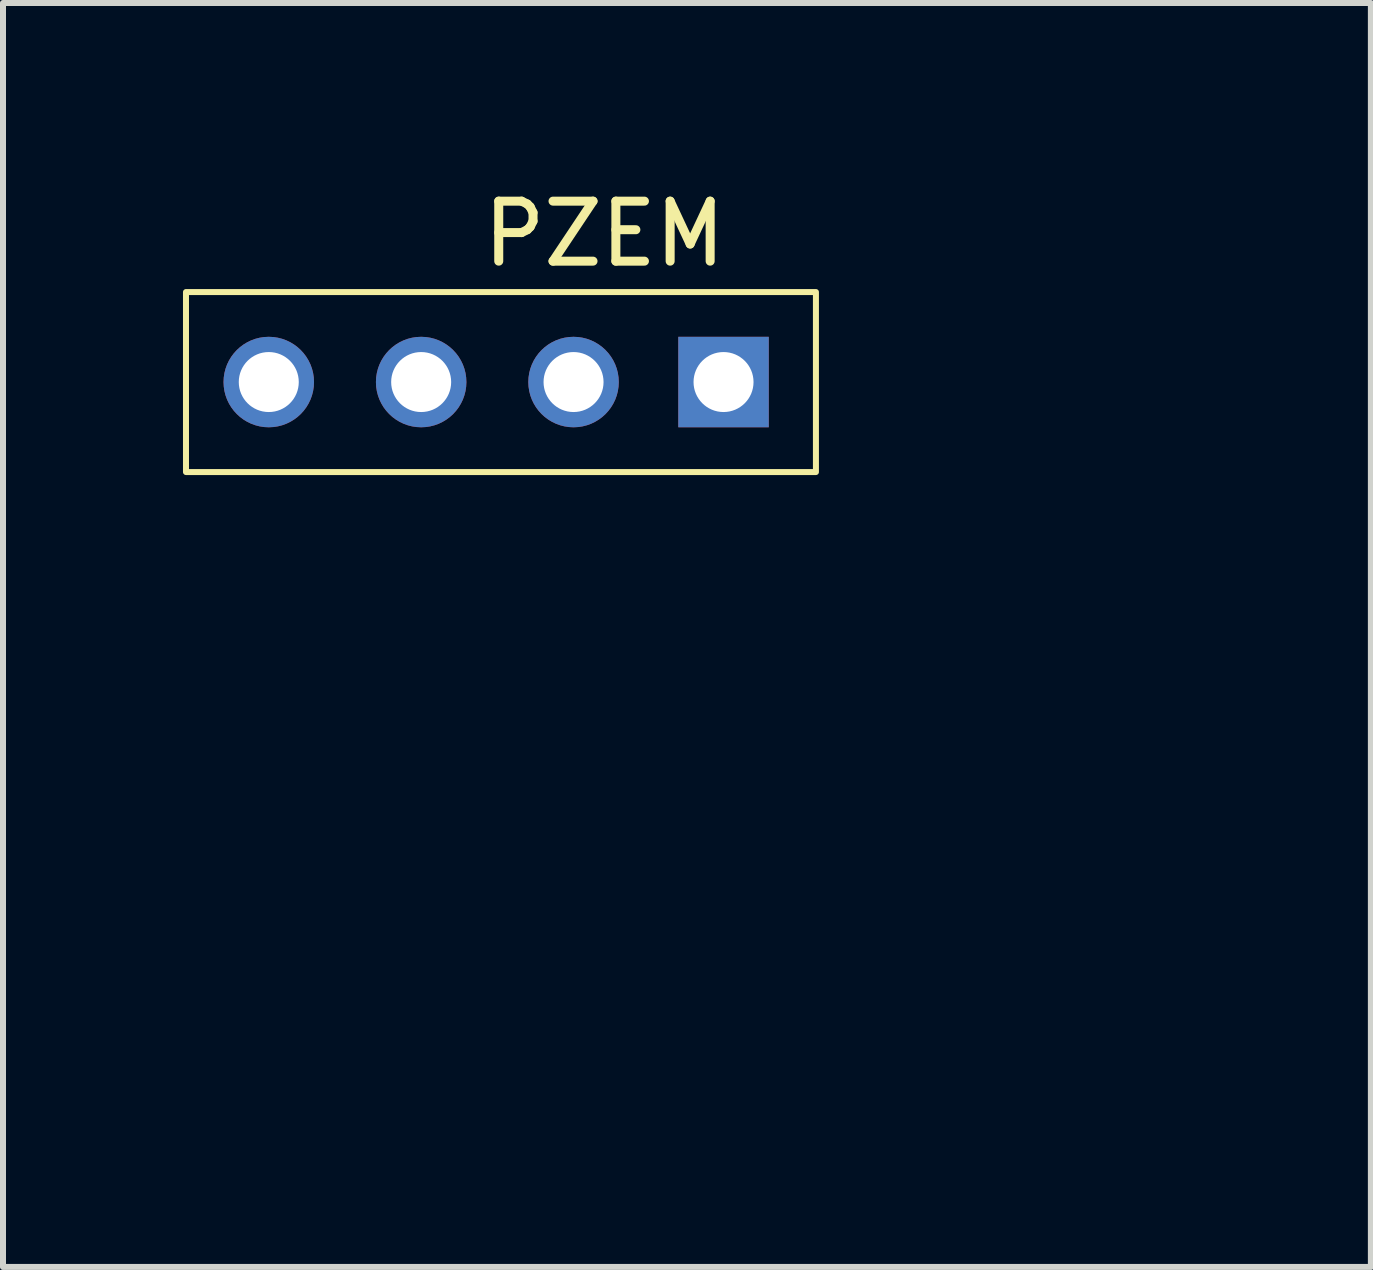
<source format=kicad_pcb>
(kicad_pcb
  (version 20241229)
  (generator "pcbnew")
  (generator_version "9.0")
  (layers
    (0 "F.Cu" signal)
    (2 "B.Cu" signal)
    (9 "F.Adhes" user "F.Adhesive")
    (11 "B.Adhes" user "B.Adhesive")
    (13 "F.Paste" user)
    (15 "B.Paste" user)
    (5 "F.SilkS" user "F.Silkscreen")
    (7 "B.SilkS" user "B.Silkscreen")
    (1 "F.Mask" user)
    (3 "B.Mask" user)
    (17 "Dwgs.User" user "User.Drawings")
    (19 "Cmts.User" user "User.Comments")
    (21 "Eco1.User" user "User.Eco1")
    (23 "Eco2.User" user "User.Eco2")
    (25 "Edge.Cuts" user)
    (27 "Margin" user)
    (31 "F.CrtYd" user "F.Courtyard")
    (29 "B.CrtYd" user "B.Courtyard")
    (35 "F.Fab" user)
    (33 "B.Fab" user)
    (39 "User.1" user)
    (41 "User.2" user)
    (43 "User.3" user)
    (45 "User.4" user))
  (footprint "PZEM"
    (layer "F.Cu")
    (at 16.55 14.818)
    (property "Reference" "PZEM" (at -9.525 -13.97 0) (layer "F.SilkS") (effects (font (size 1 1) (thickness 0.15))))
    (attr through_hole)
    (fp_rect (start -16.5 -13) (end -6 -10) (stroke (width 0.1) (type default)) (fill no) (layer "F.SilkS"))
    (pad "1" thru_hole circle (at -15.12 -11.5) (size 1.508 1.508) (drill 1) (layers "*.Cu" "*.Mask"))
    (pad "2" thru_hole circle (at -12.58 -11.5) (size 1.508 1.508) (drill 1) (layers "*.Cu" "*.Mask"))
    (pad "3" thru_hole circle (at -10.04 -11.5) (size 1.508 1.508) (drill 1) (layers "*.Cu" "*.Mask"))
    (pad "4" thru_hole rect (at -7.54 -11.5) (size 1.508 1.508) (drill 1) (layers "*.Cu" "*.Mask")))
  (gr_rect
    (start -3 -3)
    (end 19.8 18.068)
    (stroke (width 0.1) (type default))
    (fill no)
    (layer "Edge.Cuts")))
</source>
